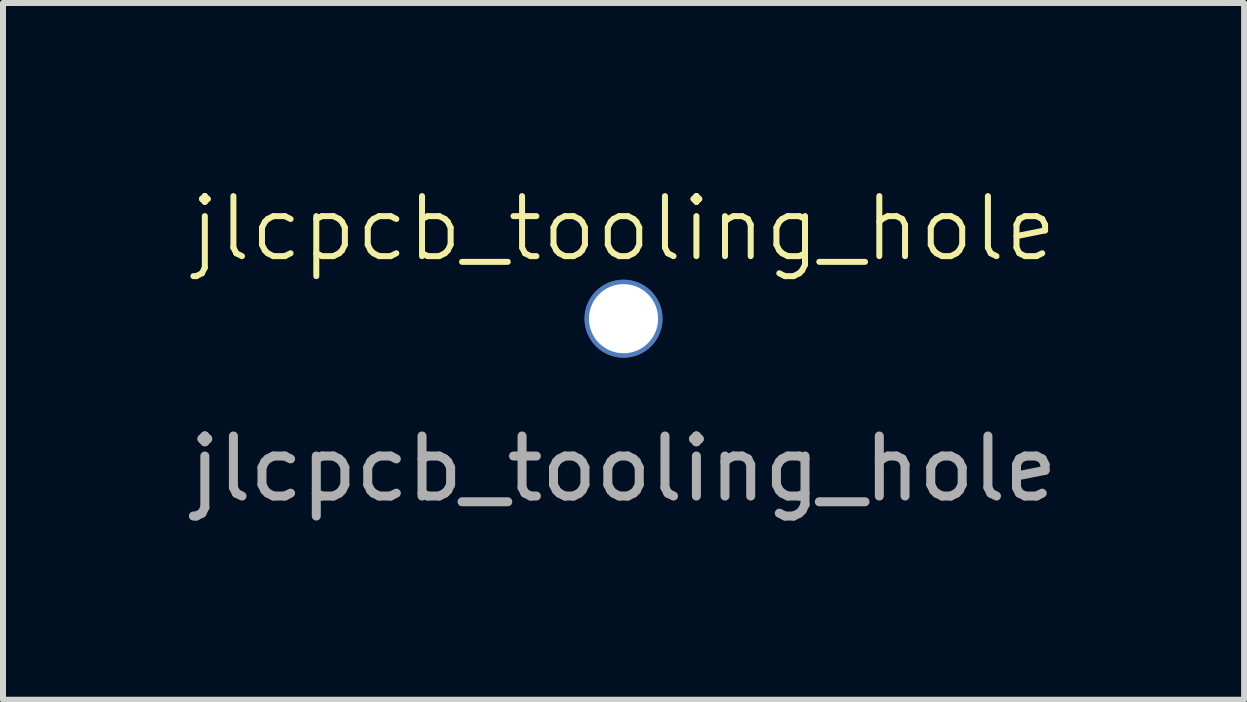
<source format=kicad_pcb>
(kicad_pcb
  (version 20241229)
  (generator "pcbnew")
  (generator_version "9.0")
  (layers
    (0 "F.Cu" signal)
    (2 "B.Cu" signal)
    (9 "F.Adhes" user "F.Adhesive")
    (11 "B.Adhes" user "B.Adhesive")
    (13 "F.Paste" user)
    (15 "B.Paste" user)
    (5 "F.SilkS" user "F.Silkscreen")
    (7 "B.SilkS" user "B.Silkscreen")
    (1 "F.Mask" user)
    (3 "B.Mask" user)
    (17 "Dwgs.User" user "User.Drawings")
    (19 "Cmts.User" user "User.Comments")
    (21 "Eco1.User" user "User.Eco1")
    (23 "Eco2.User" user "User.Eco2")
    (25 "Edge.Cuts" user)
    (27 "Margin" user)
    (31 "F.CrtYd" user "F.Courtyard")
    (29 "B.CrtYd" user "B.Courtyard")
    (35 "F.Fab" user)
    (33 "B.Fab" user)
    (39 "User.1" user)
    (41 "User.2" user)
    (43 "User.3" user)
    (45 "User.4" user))
  (footprint "jlcpcb_tooling_hole"
    (layer "F.Cu")
    (at 7.339 2.26)
    (property "Reference" "jlcpcb_tooling_hole" (at 0 -1.5 0) (unlocked yes) (layer "F.SilkS") (effects (font (size 1 1) (thickness 0.1))))
    (attr through_hole)
    (fp_text user "${REFERENCE}" (at 0 2.5 0) (unlocked yes) (layer "F.Fab") (effects (font (size 1 1) (thickness 0.15))))
    (pad "" np_thru_hole circle (at 0 0) (size 1.3 1.3) (drill 1.152) (layers "*.Cu" "*.Mask")))
  (gr_rect
    (start -3 -3)
    (end 17.679 8.609)
    (stroke (width 0.1) (type default))
    (fill no)
    (layer "Edge.Cuts")))
</source>
